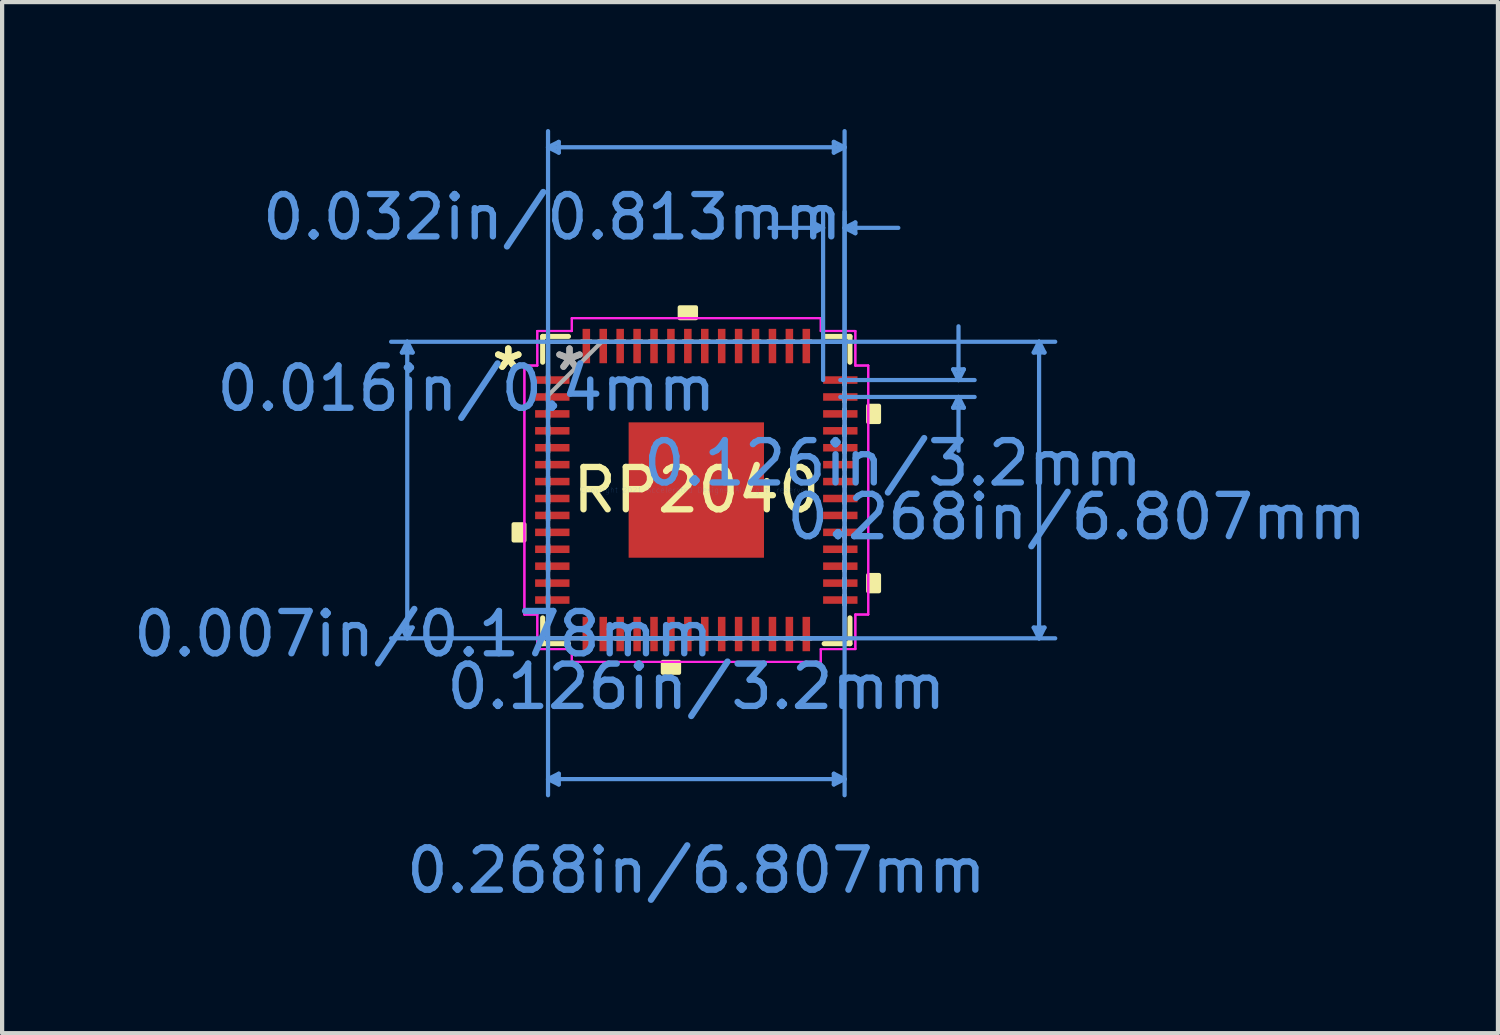
<source format=kicad_pcb>
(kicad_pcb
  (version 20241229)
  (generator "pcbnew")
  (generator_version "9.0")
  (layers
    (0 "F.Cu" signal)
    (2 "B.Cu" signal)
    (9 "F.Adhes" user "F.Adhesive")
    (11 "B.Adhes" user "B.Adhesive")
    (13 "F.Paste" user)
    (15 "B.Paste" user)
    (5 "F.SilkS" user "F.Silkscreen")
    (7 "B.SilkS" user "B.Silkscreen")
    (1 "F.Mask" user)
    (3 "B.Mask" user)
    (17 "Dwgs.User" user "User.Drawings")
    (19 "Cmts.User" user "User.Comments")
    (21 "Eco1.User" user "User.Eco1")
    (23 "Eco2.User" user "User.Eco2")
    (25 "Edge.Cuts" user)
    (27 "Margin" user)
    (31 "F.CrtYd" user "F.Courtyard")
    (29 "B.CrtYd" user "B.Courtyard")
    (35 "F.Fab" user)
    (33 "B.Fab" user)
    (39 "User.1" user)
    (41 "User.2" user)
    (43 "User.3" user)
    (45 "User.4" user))
  (footprint "RP2040"
    (layer "F.Cu")
    (at 13.41 8.534)
    (property "Reference" "RP2040" (at 0 0 0) (layer "F.SilkS") (effects (font (size 1 1) (thickness 0.15))))
    (attr through_hole)
    (fp_line (start -3.632 -3.632) (end -3.632 -3.022) (stroke (width 0.12) (type solid)) (layer "F.SilkS"))
    (fp_line (start -3.632 3.022) (end -3.632 3.632) (stroke (width 0.12) (type solid)) (layer "F.SilkS"))
    (fp_line (start -3.632 3.632) (end -3.022 3.632) (stroke (width 0.12) (type solid)) (layer "F.SilkS"))
    (fp_line (start -3.022 -3.632) (end -3.632 -3.632) (stroke (width 0.12) (type solid)) (layer "F.SilkS"))
    (fp_line (start 3.022 3.632) (end 3.632 3.632) (stroke (width 0.12) (type solid)) (layer "F.SilkS"))
    (fp_line (start 3.632 -3.632) (end 3.022 -3.632) (stroke (width 0.12) (type solid)) (layer "F.SilkS"))
    (fp_line (start 3.632 -3.022) (end 3.632 -3.632) (stroke (width 0.12) (type solid)) (layer "F.SilkS"))
    (fp_line (start 3.632 3.632) (end 3.632 3.022) (stroke (width 0.12) (type solid)) (layer "F.SilkS"))
    (fp_poly (pts (xy -4.318 0.81) (xy -4.318 1.191) (xy -4.064 1.191) (xy -4.064 0.81)) (stroke (width 0.1) (type solid)) (fill yes) (layer "F.SilkS"))
    (fp_poly (pts (xy -0.79 4.064) (xy -0.79 4.318) (xy -0.409 4.318) (xy -0.409 4.064)) (stroke (width 0.1) (type solid)) (fill yes) (layer "F.SilkS"))
    (fp_poly (pts (xy -0.391 -4.064) (xy -0.391 -4.318) (xy -0.009 -4.318) (xy -0.009 -4.064)) (stroke (width 0.1) (type solid)) (fill yes) (layer "F.SilkS"))
    (fp_poly (pts (xy 4.318 -1.99) (xy 4.318 -1.609) (xy 4.064 -1.609) (xy 4.064 -1.99)) (stroke (width 0.1) (type solid)) (fill yes) (layer "F.SilkS"))
    (fp_poly (pts (xy 4.318 2.01) (xy 4.318 2.391) (xy 4.064 2.391) (xy 4.064 2.01)) (stroke (width 0.1) (type solid)) (fill yes) (layer "F.SilkS"))
    (fp_poly (pts (xy -1.5 -1.5) (xy -1.5 -0.1) (xy -0.1 -0.1) (xy -0.1 -1.5)) (stroke (width 0.1) (type solid)) (fill yes) (layer "F.Paste"))
    (fp_poly (pts (xy -1.5 0.1) (xy -1.5 1.5) (xy -0.1 1.5) (xy -0.1 0.1)) (stroke (width 0.1) (type solid)) (fill yes) (layer "F.Paste"))
    (fp_poly (pts (xy 0.1 -1.5) (xy 0.1 -0.1) (xy 1.5 -0.1) (xy 1.5 -1.5)) (stroke (width 0.1) (type solid)) (fill yes) (layer "F.Paste"))
    (fp_poly (pts (xy 0.1 0.1) (xy 0.1 1.5) (xy 1.5 1.5) (xy 1.5 0.1)) (stroke (width 0.1) (type solid)) (fill yes) (layer "F.Paste"))
    (fp_line (start -6.96 -3.251) (end -6.706 -3.251) (stroke (width 0.1) (type solid)) (layer "Cmts.User"))
    (fp_line (start -6.96 3.251) (end -6.706 3.251) (stroke (width 0.1) (type solid)) (layer "Cmts.User"))
    (fp_line (start -6.833 -3.505) (end -6.96 -3.251) (stroke (width 0.1) (type solid)) (layer "Cmts.User"))
    (fp_line (start -6.833 -3.505) (end -6.833 3.505) (stroke (width 0.1) (type solid)) (layer "Cmts.User"))
    (fp_line (start -6.833 -3.505) (end -6.706 -3.251) (stroke (width 0.1) (type solid)) (layer "Cmts.User"))
    (fp_line (start -6.833 3.505) (end -6.96 3.251) (stroke (width 0.1) (type solid)) (layer "Cmts.User"))
    (fp_line (start -6.833 3.505) (end -6.706 3.251) (stroke (width 0.1) (type solid)) (layer "Cmts.User"))
    (fp_line (start -3.505 -8.103) (end -3.251 -8.23) (stroke (width 0.1) (type solid)) (layer "Cmts.User"))
    (fp_line (start -3.505 -8.103) (end -3.251 -7.976) (stroke (width 0.1) (type solid)) (layer "Cmts.User"))
    (fp_line (start -3.505 -8.103) (end 3.505 -8.103) (stroke (width 0.1) (type solid)) (layer "Cmts.User"))
    (fp_line (start -3.505 -3.505) (end -3.505 7.214) (stroke (width 0.1) (type solid)) (layer "Cmts.User"))
    (fp_line (start -3.505 -2.6) (end -3.505 -8.484) (stroke (width 0.1) (type solid)) (layer "Cmts.User"))
    (fp_line (start -3.505 6.833) (end -3.251 6.706) (stroke (width 0.1) (type solid)) (layer "Cmts.User"))
    (fp_line (start -3.505 6.833) (end -3.251 6.96) (stroke (width 0.1) (type solid)) (layer "Cmts.User"))
    (fp_line (start -3.505 6.833) (end 3.505 6.833) (stroke (width 0.1) (type solid)) (layer "Cmts.User"))
    (fp_line (start -3.251 -8.23) (end -3.251 -7.976) (stroke (width 0.1) (type solid)) (layer "Cmts.User"))
    (fp_line (start -3.251 6.706) (end -3.251 6.96) (stroke (width 0.1) (type solid)) (layer "Cmts.User"))
    (fp_line (start 2.6 -3.505) (end 8.484 -3.505) (stroke (width 0.1) (type solid)) (layer "Cmts.User"))
    (fp_line (start 2.6 3.505) (end 8.484 3.505) (stroke (width 0.1) (type solid)) (layer "Cmts.User"))
    (fp_line (start 2.743 -6.325) (end 2.743 -6.071) (stroke (width 0.1) (type solid)) (layer "Cmts.User"))
    (fp_line (start 2.997 -6.198) (end 1.727 -6.198) (stroke (width 0.1) (type solid)) (layer "Cmts.User"))
    (fp_line (start 2.997 -6.198) (end 2.743 -6.325) (stroke (width 0.1) (type solid)) (layer "Cmts.User"))
    (fp_line (start 2.997 -6.198) (end 2.743 -6.071) (stroke (width 0.1) (type solid)) (layer "Cmts.User"))
    (fp_line (start 2.997 -2.6) (end 2.997 -6.579) (stroke (width 0.1) (type solid)) (layer "Cmts.User"))
    (fp_line (start 3.251 -8.23) (end 3.251 -7.976) (stroke (width 0.1) (type solid)) (layer "Cmts.User"))
    (fp_line (start 3.251 6.706) (end 3.251 6.96) (stroke (width 0.1) (type solid)) (layer "Cmts.User"))
    (fp_line (start 3.404 -2.6) (end 6.579 -2.6) (stroke (width 0.1) (type solid)) (layer "Cmts.User"))
    (fp_line (start 3.404 -2.2) (end 6.579 -2.2) (stroke (width 0.1) (type solid)) (layer "Cmts.User"))
    (fp_line (start 3.505 -8.103) (end 3.251 -8.23) (stroke (width 0.1) (type solid)) (layer "Cmts.User"))
    (fp_line (start 3.505 -8.103) (end 3.251 -7.976) (stroke (width 0.1) (type solid)) (layer "Cmts.User"))
    (fp_line (start 3.505 -6.198) (end 3.759 -6.325) (stroke (width 0.1) (type solid)) (layer "Cmts.User"))
    (fp_line (start 3.505 -6.198) (end 3.759 -6.071) (stroke (width 0.1) (type solid)) (layer "Cmts.User"))
    (fp_line (start 3.505 -6.198) (end 4.775 -6.198) (stroke (width 0.1) (type solid)) (layer "Cmts.User"))
    (fp_line (start 3.505 -3.505) (end -7.214 -3.505) (stroke (width 0.1) (type solid)) (layer "Cmts.User"))
    (fp_line (start 3.505 -3.505) (end 3.505 7.214) (stroke (width 0.1) (type solid)) (layer "Cmts.User"))
    (fp_line (start 3.505 -2.6) (end 3.505 -8.484) (stroke (width 0.1) (type solid)) (layer "Cmts.User"))
    (fp_line (start 3.505 -2.6) (end 3.505 -6.579) (stroke (width 0.1) (type solid)) (layer "Cmts.User"))
    (fp_line (start 3.505 3.505) (end -7.214 3.505) (stroke (width 0.1) (type solid)) (layer "Cmts.User"))
    (fp_line (start 3.505 6.833) (end 3.251 6.706) (stroke (width 0.1) (type solid)) (layer "Cmts.User"))
    (fp_line (start 3.505 6.833) (end 3.251 6.96) (stroke (width 0.1) (type solid)) (layer "Cmts.User"))
    (fp_line (start 3.759 -6.325) (end 3.759 -6.071) (stroke (width 0.1) (type solid)) (layer "Cmts.User"))
    (fp_line (start 6.071 -2.854) (end 6.325 -2.854) (stroke (width 0.1) (type solid)) (layer "Cmts.User"))
    (fp_line (start 6.071 -1.946) (end 6.325 -1.946) (stroke (width 0.1) (type solid)) (layer "Cmts.User"))
    (fp_line (start 6.198 -2.6) (end 6.071 -2.854) (stroke (width 0.1) (type solid)) (layer "Cmts.User"))
    (fp_line (start 6.198 -2.6) (end 6.198 -3.87) (stroke (width 0.1) (type solid)) (layer "Cmts.User"))
    (fp_line (start 6.198 -2.6) (end 6.325 -2.854) (stroke (width 0.1) (type solid)) (layer "Cmts.User"))
    (fp_line (start 6.198 -2.2) (end 6.071 -1.946) (stroke (width 0.1) (type solid)) (layer "Cmts.User"))
    (fp_line (start 6.198 -2.2) (end 6.198 -0.93) (stroke (width 0.1) (type solid)) (layer "Cmts.User"))
    (fp_line (start 6.198 -2.2) (end 6.325 -1.946) (stroke (width 0.1) (type solid)) (layer "Cmts.User"))
    (fp_line (start 7.976 -3.251) (end 8.23 -3.251) (stroke (width 0.1) (type solid)) (layer "Cmts.User"))
    (fp_line (start 7.976 3.251) (end 8.23 3.251) (stroke (width 0.1) (type solid)) (layer "Cmts.User"))
    (fp_line (start 8.103 -3.505) (end 7.976 -3.251) (stroke (width 0.1) (type solid)) (layer "Cmts.User"))
    (fp_line (start 8.103 -3.505) (end 8.103 3.505) (stroke (width 0.1) (type solid)) (layer "Cmts.User"))
    (fp_line (start 8.103 -3.505) (end 8.23 -3.251) (stroke (width 0.1) (type solid)) (layer "Cmts.User"))
    (fp_line (start 8.103 3.505) (end 7.976 3.251) (stroke (width 0.1) (type solid)) (layer "Cmts.User"))
    (fp_line (start 8.103 3.505) (end 8.23 3.251) (stroke (width 0.1) (type solid)) (layer "Cmts.User"))
    (fp_line (start -4.064 -2.943) (end -3.759 -2.943) (stroke (width 0.05) (type solid)) (layer "F.CrtYd"))
    (fp_line (start -4.064 -2.943) (end -3.759 -2.943) (stroke (width 0.05) (type solid)) (layer "F.CrtYd"))
    (fp_line (start -4.064 2.943) (end -4.064 -2.943) (stroke (width 0.05) (type solid)) (layer "F.CrtYd"))
    (fp_line (start -4.064 2.943) (end -4.064 -2.943) (stroke (width 0.05) (type solid)) (layer "F.CrtYd"))
    (fp_line (start -3.759 -3.759) (end -2.943 -3.759) (stroke (width 0.05) (type solid)) (layer "F.CrtYd"))
    (fp_line (start -3.759 -3.759) (end -2.943 -3.759) (stroke (width 0.05) (type solid)) (layer "F.CrtYd"))
    (fp_line (start -3.759 -2.943) (end -3.759 -3.759) (stroke (width 0.05) (type solid)) (layer "F.CrtYd"))
    (fp_line (start -3.759 -2.943) (end -3.759 -3.759) (stroke (width 0.05) (type solid)) (layer "F.CrtYd"))
    (fp_line (start -3.759 2.943) (end -4.064 2.943) (stroke (width 0.05) (type solid)) (layer "F.CrtYd"))
    (fp_line (start -3.759 2.943) (end -4.064 2.943) (stroke (width 0.05) (type solid)) (layer "F.CrtYd"))
    (fp_line (start -3.759 3.759) (end -3.759 2.943) (stroke (width 0.05) (type solid)) (layer "F.CrtYd"))
    (fp_line (start -3.759 3.759) (end -3.759 2.943) (stroke (width 0.05) (type solid)) (layer "F.CrtYd"))
    (fp_line (start -2.943 -4.064) (end 2.943 -4.064) (stroke (width 0.05) (type solid)) (layer "F.CrtYd"))
    (fp_line (start -2.943 -4.064) (end 2.943 -4.064) (stroke (width 0.05) (type solid)) (layer "F.CrtYd"))
    (fp_line (start -2.943 -3.759) (end -2.943 -4.064) (stroke (width 0.05) (type solid)) (layer "F.CrtYd"))
    (fp_line (start -2.943 -3.759) (end -2.943 -4.064) (stroke (width 0.05) (type solid)) (layer "F.CrtYd"))
    (fp_line (start -2.943 3.759) (end -3.759 3.759) (stroke (width 0.05) (type solid)) (layer "F.CrtYd"))
    (fp_line (start -2.943 3.759) (end -3.759 3.759) (stroke (width 0.05) (type solid)) (layer "F.CrtYd"))
    (fp_line (start -2.943 4.064) (end -2.943 3.759) (stroke (width 0.05) (type solid)) (layer "F.CrtYd"))
    (fp_line (start -2.943 4.064) (end -2.943 3.759) (stroke (width 0.05) (type solid)) (layer "F.CrtYd"))
    (fp_line (start 2.943 -4.064) (end 2.943 -3.759) (stroke (width 0.05) (type solid)) (layer "F.CrtYd"))
    (fp_line (start 2.943 -4.064) (end 2.943 -3.759) (stroke (width 0.05) (type solid)) (layer "F.CrtYd"))
    (fp_line (start 2.943 -3.759) (end 3.759 -3.759) (stroke (width 0.05) (type solid)) (layer "F.CrtYd"))
    (fp_line (start 2.943 -3.759) (end 3.759 -3.759) (stroke (width 0.05) (type solid)) (layer "F.CrtYd"))
    (fp_line (start 2.943 3.759) (end 2.943 4.064) (stroke (width 0.05) (type solid)) (layer "F.CrtYd"))
    (fp_line (start 2.943 3.759) (end 2.943 4.064) (stroke (width 0.05) (type solid)) (layer "F.CrtYd"))
    (fp_line (start 2.943 4.064) (end -2.943 4.064) (stroke (width 0.05) (type solid)) (layer "F.CrtYd"))
    (fp_line (start 2.943 4.064) (end -2.943 4.064) (stroke (width 0.05) (type solid)) (layer "F.CrtYd"))
    (fp_line (start 3.759 -3.759) (end 3.759 -2.943) (stroke (width 0.05) (type solid)) (layer "F.CrtYd"))
    (fp_line (start 3.759 -3.759) (end 3.759 -2.943) (stroke (width 0.05) (type solid)) (layer "F.CrtYd"))
    (fp_line (start 3.759 -2.943) (end 4.064 -2.943) (stroke (width 0.05) (type solid)) (layer "F.CrtYd"))
    (fp_line (start 3.759 -2.943) (end 4.064 -2.943) (stroke (width 0.05) (type solid)) (layer "F.CrtYd"))
    (fp_line (start 3.759 2.943) (end 3.759 3.759) (stroke (width 0.05) (type solid)) (layer "F.CrtYd"))
    (fp_line (start 3.759 2.943) (end 3.759 3.759) (stroke (width 0.05) (type solid)) (layer "F.CrtYd"))
    (fp_line (start 3.759 3.759) (end 2.943 3.759) (stroke (width 0.05) (type solid)) (layer "F.CrtYd"))
    (fp_line (start 3.759 3.759) (end 2.943 3.759) (stroke (width 0.05) (type solid)) (layer "F.CrtYd"))
    (fp_line (start 4.064 -2.943) (end 4.064 2.943) (stroke (width 0.05) (type solid)) (layer "F.CrtYd"))
    (fp_line (start 4.064 -2.943) (end 4.064 2.943) (stroke (width 0.05) (type solid)) (layer "F.CrtYd"))
    (fp_line (start 4.064 2.943) (end 3.759 2.943) (stroke (width 0.05) (type solid)) (layer "F.CrtYd"))
    (fp_line (start 4.064 2.943) (end 3.759 2.943) (stroke (width 0.05) (type solid)) (layer "F.CrtYd"))
    (fp_line (start -3.505 -3.505) (end -3.505 -3.505) (stroke (width 0.1) (type solid)) (layer "F.Fab"))
    (fp_line (start -3.505 -3.505) (end -3.505 3.505) (stroke (width 0.1) (type solid)) (layer "F.Fab"))
    (fp_line (start -3.505 -2.714) (end -3.505 -2.714) (stroke (width 0.1) (type solid)) (layer "F.Fab"))
    (fp_line (start -3.505 -2.714) (end -3.505 -2.486) (stroke (width 0.1) (type solid)) (layer "F.Fab"))
    (fp_line (start -3.505 -2.486) (end -3.505 -2.714) (stroke (width 0.1) (type solid)) (layer "F.Fab"))
    (fp_line (start -3.505 -2.486) (end -3.505 -2.486) (stroke (width 0.1) (type solid)) (layer "F.Fab"))
    (fp_line (start -3.505 -2.314) (end -3.505 -2.314) (stroke (width 0.1) (type solid)) (layer "F.Fab"))
    (fp_line (start -3.505 -2.314) (end -3.505 -2.086) (stroke (width 0.1) (type solid)) (layer "F.Fab"))
    (fp_line (start -3.505 -2.235) (end -2.235 -3.505) (stroke (width 0.1) (type solid)) (layer "F.Fab"))
    (fp_line (start -3.505 -2.086) (end -3.505 -2.314) (stroke (width 0.1) (type solid)) (layer "F.Fab"))
    (fp_line (start -3.505 -2.086) (end -3.505 -2.086) (stroke (width 0.1) (type solid)) (layer "F.Fab"))
    (fp_line (start -3.505 -1.914) (end -3.505 -1.914) (stroke (width 0.1) (type solid)) (layer "F.Fab"))
    (fp_line (start -3.505 -1.914) (end -3.505 -1.686) (stroke (width 0.1) (type solid)) (layer "F.Fab"))
    (fp_line (start -3.505 -1.686) (end -3.505 -1.914) (stroke (width 0.1) (type solid)) (layer "F.Fab"))
    (fp_line (start -3.505 -1.686) (end -3.505 -1.686) (stroke (width 0.1) (type solid)) (layer "F.Fab"))
    (fp_line (start -3.505 -1.514) (end -3.505 -1.514) (stroke (width 0.1) (type solid)) (layer "F.Fab"))
    (fp_line (start -3.505 -1.514) (end -3.505 -1.286) (stroke (width 0.1) (type solid)) (layer "F.Fab"))
    (fp_line (start -3.505 -1.286) (end -3.505 -1.514) (stroke (width 0.1) (type solid)) (layer "F.Fab"))
    (fp_line (start -3.505 -1.286) (end -3.505 -1.286) (stroke (width 0.1) (type solid)) (layer "F.Fab"))
    (fp_line (start -3.505 -1.114) (end -3.505 -1.114) (stroke (width 0.1) (type solid)) (layer "F.Fab"))
    (fp_line (start -3.505 -1.114) (end -3.505 -0.886) (stroke (width 0.1) (type solid)) (layer "F.Fab"))
    (fp_line (start -3.505 -0.886) (end -3.505 -1.114) (stroke (width 0.1) (type solid)) (layer "F.Fab"))
    (fp_line (start -3.505 -0.886) (end -3.505 -0.886) (stroke (width 0.1) (type solid)) (layer "F.Fab"))
    (fp_line (start -3.505 -0.714) (end -3.505 -0.714) (stroke (width 0.1) (type solid)) (layer "F.Fab"))
    (fp_line (start -3.505 -0.714) (end -3.505 -0.486) (stroke (width 0.1) (type solid)) (layer "F.Fab"))
    (fp_line (start -3.505 -0.486) (end -3.505 -0.714) (stroke (width 0.1) (type solid)) (layer "F.Fab"))
    (fp_line (start -3.505 -0.486) (end -3.505 -0.486) (stroke (width 0.1) (type solid)) (layer "F.Fab"))
    (fp_line (start -3.505 -0.314) (end -3.505 -0.314) (stroke (width 0.1) (type solid)) (layer "F.Fab"))
    (fp_line (start -3.505 -0.314) (end -3.505 -0.086) (stroke (width 0.1) (type solid)) (layer "F.Fab"))
    (fp_line (start -3.505 -0.086) (end -3.505 -0.314) (stroke (width 0.1) (type solid)) (layer "F.Fab"))
    (fp_line (start -3.505 -0.086) (end -3.505 -0.086) (stroke (width 0.1) (type solid)) (layer "F.Fab"))
    (fp_line (start -3.505 0.086) (end -3.505 0.086) (stroke (width 0.1) (type solid)) (layer "F.Fab"))
    (fp_line (start -3.505 0.086) (end -3.505 0.314) (stroke (width 0.1) (type solid)) (layer "F.Fab"))
    (fp_line (start -3.505 0.314) (end -3.505 0.086) (stroke (width 0.1) (type solid)) (layer "F.Fab"))
    (fp_line (start -3.505 0.314) (end -3.505 0.314) (stroke (width 0.1) (type solid)) (layer "F.Fab"))
    (fp_line (start -3.505 0.486) (end -3.505 0.486) (stroke (width 0.1) (type solid)) (layer "F.Fab"))
    (fp_line (start -3.505 0.486) (end -3.505 0.714) (stroke (width 0.1) (type solid)) (layer "F.Fab"))
    (fp_line (start -3.505 0.714) (end -3.505 0.486) (stroke (width 0.1) (type solid)) (layer "F.Fab"))
    (fp_line (start -3.505 0.714) (end -3.505 0.714) (stroke (width 0.1) (type solid)) (layer "F.Fab"))
    (fp_line (start -3.505 0.886) (end -3.505 0.886) (stroke (width 0.1) (type solid)) (layer "F.Fab"))
    (fp_line (start -3.505 0.886) (end -3.505 1.114) (stroke (width 0.1) (type solid)) (layer "F.Fab"))
    (fp_line (start -3.505 1.114) (end -3.505 0.886) (stroke (width 0.1) (type solid)) (layer "F.Fab"))
    (fp_line (start -3.505 1.114) (end -3.505 1.114) (stroke (width 0.1) (type solid)) (layer "F.Fab"))
    (fp_line (start -3.505 1.286) (end -3.505 1.286) (stroke (width 0.1) (type solid)) (layer "F.Fab"))
    (fp_line (start -3.505 1.286) (end -3.505 1.514) (stroke (width 0.1) (type solid)) (layer "F.Fab"))
    (fp_line (start -3.505 1.514) (end -3.505 1.286) (stroke (width 0.1) (type solid)) (layer "F.Fab"))
    (fp_line (start -3.505 1.514) (end -3.505 1.514) (stroke (width 0.1) (type solid)) (layer "F.Fab"))
    (fp_line (start -3.505 1.686) (end -3.505 1.686) (stroke (width 0.1) (type solid)) (layer "F.Fab"))
    (fp_line (start -3.505 1.686) (end -3.505 1.914) (stroke (width 0.1) (type solid)) (layer "F.Fab"))
    (fp_line (start -3.505 1.914) (end -3.505 1.686) (stroke (width 0.1) (type solid)) (layer "F.Fab"))
    (fp_line (start -3.505 1.914) (end -3.505 1.914) (stroke (width 0.1) (type solid)) (layer "F.Fab"))
    (fp_line (start -3.505 2.086) (end -3.505 2.086) (stroke (width 0.1) (type solid)) (layer "F.Fab"))
    (fp_line (start -3.505 2.086) (end -3.505 2.314) (stroke (width 0.1) (type solid)) (layer "F.Fab"))
    (fp_line (start -3.505 2.314) (end -3.505 2.086) (stroke (width 0.1) (type solid)) (layer "F.Fab"))
    (fp_line (start -3.505 2.314) (end -3.505 2.314) (stroke (width 0.1) (type solid)) (layer "F.Fab"))
    (fp_line (start -3.505 2.486) (end -3.505 2.486) (stroke (width 0.1) (type solid)) (layer "F.Fab"))
    (fp_line (start -3.505 2.486) (end -3.505 2.714) (stroke (width 0.1) (type solid)) (layer "F.Fab"))
    (fp_line (start -3.505 2.714) (end -3.505 2.486) (stroke (width 0.1) (type solid)) (layer "F.Fab"))
    (fp_line (start -3.505 2.714) (end -3.505 2.714) (stroke (width 0.1) (type solid)) (layer "F.Fab"))
    (fp_line (start -3.505 3.505) (end -3.505 3.505) (stroke (width 0.1) (type solid)) (layer "F.Fab"))
    (fp_line (start -3.505 3.505) (end 3.505 3.505) (stroke (width 0.1) (type solid)) (layer "F.Fab"))
    (fp_line (start -2.714 -3.505) (end -2.714 -3.505) (stroke (width 0.1) (type solid)) (layer "F.Fab"))
    (fp_line (start -2.714 -3.505) (end -2.486 -3.505) (stroke (width 0.1) (type solid)) (layer "F.Fab"))
    (fp_line (start -2.714 3.505) (end -2.714 3.505) (stroke (width 0.1) (type solid)) (layer "F.Fab"))
    (fp_line (start -2.714 3.505) (end -2.486 3.505) (stroke (width 0.1) (type solid)) (layer "F.Fab"))
    (fp_line (start -2.486 -3.505) (end -2.714 -3.505) (stroke (width 0.1) (type solid)) (layer "F.Fab"))
    (fp_line (start -2.486 -3.505) (end -2.486 -3.505) (stroke (width 0.1) (type solid)) (layer "F.Fab"))
    (fp_line (start -2.486 3.505) (end -2.714 3.505) (stroke (width 0.1) (type solid)) (layer "F.Fab"))
    (fp_line (start -2.486 3.505) (end -2.486 3.505) (stroke (width 0.1) (type solid)) (layer "F.Fab"))
    (fp_line (start -2.314 -3.505) (end -2.314 -3.505) (stroke (width 0.1) (type solid)) (layer "F.Fab"))
    (fp_line (start -2.314 -3.505) (end -2.086 -3.505) (stroke (width 0.1) (type solid)) (layer "F.Fab"))
    (fp_line (start -2.314 3.505) (end -2.314 3.505) (stroke (width 0.1) (type solid)) (layer "F.Fab"))
    (fp_line (start -2.314 3.505) (end -2.086 3.505) (stroke (width 0.1) (type solid)) (layer "F.Fab"))
    (fp_line (start -2.086 -3.505) (end -2.314 -3.505) (stroke (width 0.1) (type solid)) (layer "F.Fab"))
    (fp_line (start -2.086 -3.505) (end -2.086 -3.505) (stroke (width 0.1) (type solid)) (layer "F.Fab"))
    (fp_line (start -2.086 3.505) (end -2.314 3.505) (stroke (width 0.1) (type solid)) (layer "F.Fab"))
    (fp_line (start -2.086 3.505) (end -2.086 3.505) (stroke (width 0.1) (type solid)) (layer "F.Fab"))
    (fp_line (start -1.914 -3.505) (end -1.914 -3.505) (stroke (width 0.1) (type solid)) (layer "F.Fab"))
    (fp_line (start -1.914 -3.505) (end -1.686 -3.505) (stroke (width 0.1) (type solid)) (layer "F.Fab"))
    (fp_line (start -1.914 3.505) (end -1.914 3.505) (stroke (width 0.1) (type solid)) (layer "F.Fab"))
    (fp_line (start -1.914 3.505) (end -1.686 3.505) (stroke (width 0.1) (type solid)) (layer "F.Fab"))
    (fp_line (start -1.686 -3.505) (end -1.914 -3.505) (stroke (width 0.1) (type solid)) (layer "F.Fab"))
    (fp_line (start -1.686 -3.505) (end -1.686 -3.505) (stroke (width 0.1) (type solid)) (layer "F.Fab"))
    (fp_line (start -1.686 3.505) (end -1.914 3.505) (stroke (width 0.1) (type solid)) (layer "F.Fab"))
    (fp_line (start -1.686 3.505) (end -1.686 3.505) (stroke (width 0.1) (type solid)) (layer "F.Fab"))
    (fp_line (start -1.514 -3.505) (end -1.514 -3.505) (stroke (width 0.1) (type solid)) (layer "F.Fab"))
    (fp_line (start -1.514 -3.505) (end -1.286 -3.505) (stroke (width 0.1) (type solid)) (layer "F.Fab"))
    (fp_line (start -1.514 3.505) (end -1.514 3.505) (stroke (width 0.1) (type solid)) (layer "F.Fab"))
    (fp_line (start -1.514 3.505) (end -1.286 3.505) (stroke (width 0.1) (type solid)) (layer "F.Fab"))
    (fp_line (start -1.286 -3.505) (end -1.514 -3.505) (stroke (width 0.1) (type solid)) (layer "F.Fab"))
    (fp_line (start -1.286 -3.505) (end -1.286 -3.505) (stroke (width 0.1) (type solid)) (layer "F.Fab"))
    (fp_line (start -1.286 3.505) (end -1.514 3.505) (stroke (width 0.1) (type solid)) (layer "F.Fab"))
    (fp_line (start -1.286 3.505) (end -1.286 3.505) (stroke (width 0.1) (type solid)) (layer "F.Fab"))
    (fp_line (start -1.114 -3.505) (end -1.114 -3.505) (stroke (width 0.1) (type solid)) (layer "F.Fab"))
    (fp_line (start -1.114 -3.505) (end -0.886 -3.505) (stroke (width 0.1) (type solid)) (layer "F.Fab"))
    (fp_line (start -1.114 3.505) (end -1.114 3.505) (stroke (width 0.1) (type solid)) (layer "F.Fab"))
    (fp_line (start -1.114 3.505) (end -0.886 3.505) (stroke (width 0.1) (type solid)) (layer "F.Fab"))
    (fp_line (start -0.886 -3.505) (end -1.114 -3.505) (stroke (width 0.1) (type solid)) (layer "F.Fab"))
    (fp_line (start -0.886 -3.505) (end -0.886 -3.505) (stroke (width 0.1) (type solid)) (layer "F.Fab"))
    (fp_line (start -0.886 3.505) (end -1.114 3.505) (stroke (width 0.1) (type solid)) (layer "F.Fab"))
    (fp_line (start -0.886 3.505) (end -0.886 3.505) (stroke (width 0.1) (type solid)) (layer "F.Fab"))
    (fp_line (start -0.714 -3.505) (end -0.714 -3.505) (stroke (width 0.1) (type solid)) (layer "F.Fab"))
    (fp_line (start -0.714 -3.505) (end -0.486 -3.505) (stroke (width 0.1) (type solid)) (layer "F.Fab"))
    (fp_line (start -0.714 3.505) (end -0.714 3.505) (stroke (width 0.1) (type solid)) (layer "F.Fab"))
    (fp_line (start -0.714 3.505) (end -0.486 3.505) (stroke (width 0.1) (type solid)) (layer "F.Fab"))
    (fp_line (start -0.486 -3.505) (end -0.714 -3.505) (stroke (width 0.1) (type solid)) (layer "F.Fab"))
    (fp_line (start -0.486 -3.505) (end -0.486 -3.505) (stroke (width 0.1) (type solid)) (layer "F.Fab"))
    (fp_line (start -0.486 3.505) (end -0.714 3.505) (stroke (width 0.1) (type solid)) (layer "F.Fab"))
    (fp_line (start -0.486 3.505) (end -0.486 3.505) (stroke (width 0.1) (type solid)) (layer "F.Fab"))
    (fp_line (start -0.314 -3.505) (end -0.314 -3.505) (stroke (width 0.1) (type solid)) (layer "F.Fab"))
    (fp_line (start -0.314 -3.505) (end -0.086 -3.505) (stroke (width 0.1) (type solid)) (layer "F.Fab"))
    (fp_line (start -0.314 3.505) (end -0.314 3.505) (stroke (width 0.1) (type solid)) (layer "F.Fab"))
    (fp_line (start -0.314 3.505) (end -0.086 3.505) (stroke (width 0.1) (type solid)) (layer "F.Fab"))
    (fp_line (start -0.086 -3.505) (end -0.314 -3.505) (stroke (width 0.1) (type solid)) (layer "F.Fab"))
    (fp_line (start -0.086 -3.505) (end -0.086 -3.505) (stroke (width 0.1) (type solid)) (layer "F.Fab"))
    (fp_line (start -0.086 3.505) (end -0.314 3.505) (stroke (width 0.1) (type solid)) (layer "F.Fab"))
    (fp_line (start -0.086 3.505) (end -0.086 3.505) (stroke (width 0.1) (type solid)) (layer "F.Fab"))
    (fp_line (start 0.086 -3.505) (end 0.086 -3.505) (stroke (width 0.1) (type solid)) (layer "F.Fab"))
    (fp_line (start 0.086 -3.505) (end 0.314 -3.505) (stroke (width 0.1) (type solid)) (layer "F.Fab"))
    (fp_line (start 0.086 3.505) (end 0.086 3.505) (stroke (width 0.1) (type solid)) (layer "F.Fab"))
    (fp_line (start 0.086 3.505) (end 0.314 3.505) (stroke (width 0.1) (type solid)) (layer "F.Fab"))
    (fp_line (start 0.314 -3.505) (end 0.086 -3.505) (stroke (width 0.1) (type solid)) (layer "F.Fab"))
    (fp_line (start 0.314 -3.505) (end 0.314 -3.505) (stroke (width 0.1) (type solid)) (layer "F.Fab"))
    (fp_line (start 0.314 3.505) (end 0.086 3.505) (stroke (width 0.1) (type solid)) (layer "F.Fab"))
    (fp_line (start 0.314 3.505) (end 0.314 3.505) (stroke (width 0.1) (type solid)) (layer "F.Fab"))
    (fp_line (start 0.486 -3.505) (end 0.486 -3.505) (stroke (width 0.1) (type solid)) (layer "F.Fab"))
    (fp_line (start 0.486 -3.505) (end 0.714 -3.505) (stroke (width 0.1) (type solid)) (layer "F.Fab"))
    (fp_line (start 0.486 3.505) (end 0.486 3.505) (stroke (width 0.1) (type solid)) (layer "F.Fab"))
    (fp_line (start 0.486 3.505) (end 0.714 3.505) (stroke (width 0.1) (type solid)) (layer "F.Fab"))
    (fp_line (start 0.714 -3.505) (end 0.486 -3.505) (stroke (width 0.1) (type solid)) (layer "F.Fab"))
    (fp_line (start 0.714 -3.505) (end 0.714 -3.505) (stroke (width 0.1) (type solid)) (layer "F.Fab"))
    (fp_line (start 0.714 3.505) (end 0.486 3.505) (stroke (width 0.1) (type solid)) (layer "F.Fab"))
    (fp_line (start 0.714 3.505) (end 0.714 3.505) (stroke (width 0.1) (type solid)) (layer "F.Fab"))
    (fp_line (start 0.886 -3.505) (end 0.886 -3.505) (stroke (width 0.1) (type solid)) (layer "F.Fab"))
    (fp_line (start 0.886 -3.505) (end 1.114 -3.505) (stroke (width 0.1) (type solid)) (layer "F.Fab"))
    (fp_line (start 0.886 3.505) (end 0.886 3.505) (stroke (width 0.1) (type solid)) (layer "F.Fab"))
    (fp_line (start 0.886 3.505) (end 1.114 3.505) (stroke (width 0.1) (type solid)) (layer "F.Fab"))
    (fp_line (start 1.114 -3.505) (end 0.886 -3.505) (stroke (width 0.1) (type solid)) (layer "F.Fab"))
    (fp_line (start 1.114 -3.505) (end 1.114 -3.505) (stroke (width 0.1) (type solid)) (layer "F.Fab"))
    (fp_line (start 1.114 3.505) (end 0.886 3.505) (stroke (width 0.1) (type solid)) (layer "F.Fab"))
    (fp_line (start 1.114 3.505) (end 1.114 3.505) (stroke (width 0.1) (type solid)) (layer "F.Fab"))
    (fp_line (start 1.286 -3.505) (end 1.286 -3.505) (stroke (width 0.1) (type solid)) (layer "F.Fab"))
    (fp_line (start 1.286 -3.505) (end 1.514 -3.505) (stroke (width 0.1) (type solid)) (layer "F.Fab"))
    (fp_line (start 1.286 3.505) (end 1.286 3.505) (stroke (width 0.1) (type solid)) (layer "F.Fab"))
    (fp_line (start 1.286 3.505) (end 1.514 3.505) (stroke (width 0.1) (type solid)) (layer "F.Fab"))
    (fp_line (start 1.514 -3.505) (end 1.286 -3.505) (stroke (width 0.1) (type solid)) (layer "F.Fab"))
    (fp_line (start 1.514 -3.505) (end 1.514 -3.505) (stroke (width 0.1) (type solid)) (layer "F.Fab"))
    (fp_line (start 1.514 3.505) (end 1.286 3.505) (stroke (width 0.1) (type solid)) (layer "F.Fab"))
    (fp_line (start 1.514 3.505) (end 1.514 3.505) (stroke (width 0.1) (type solid)) (layer "F.Fab"))
    (fp_line (start 1.686 -3.505) (end 1.686 -3.505) (stroke (width 0.1) (type solid)) (layer "F.Fab"))
    (fp_line (start 1.686 -3.505) (end 1.914 -3.505) (stroke (width 0.1) (type solid)) (layer "F.Fab"))
    (fp_line (start 1.686 3.505) (end 1.686 3.505) (stroke (width 0.1) (type solid)) (layer "F.Fab"))
    (fp_line (start 1.686 3.505) (end 1.914 3.505) (stroke (width 0.1) (type solid)) (layer "F.Fab"))
    (fp_line (start 1.914 -3.505) (end 1.686 -3.505) (stroke (width 0.1) (type solid)) (layer "F.Fab"))
    (fp_line (start 1.914 -3.505) (end 1.914 -3.505) (stroke (width 0.1) (type solid)) (layer "F.Fab"))
    (fp_line (start 1.914 3.505) (end 1.686 3.505) (stroke (width 0.1) (type solid)) (layer "F.Fab"))
    (fp_line (start 1.914 3.505) (end 1.914 3.505) (stroke (width 0.1) (type solid)) (layer "F.Fab"))
    (fp_line (start 2.086 -3.505) (end 2.086 -3.505) (stroke (width 0.1) (type solid)) (layer "F.Fab"))
    (fp_line (start 2.086 -3.505) (end 2.314 -3.505) (stroke (width 0.1) (type solid)) (layer "F.Fab"))
    (fp_line (start 2.086 3.505) (end 2.086 3.505) (stroke (width 0.1) (type solid)) (layer "F.Fab"))
    (fp_line (start 2.086 3.505) (end 2.314 3.505) (stroke (width 0.1) (type solid)) (layer "F.Fab"))
    (fp_line (start 2.314 -3.505) (end 2.086 -3.505) (stroke (width 0.1) (type solid)) (layer "F.Fab"))
    (fp_line (start 2.314 -3.505) (end 2.314 -3.505) (stroke (width 0.1) (type solid)) (layer "F.Fab"))
    (fp_line (start 2.314 3.505) (end 2.086 3.505) (stroke (width 0.1) (type solid)) (layer "F.Fab"))
    (fp_line (start 2.314 3.505) (end 2.314 3.505) (stroke (width 0.1) (type solid)) (layer "F.Fab"))
    (fp_line (start 2.486 -3.505) (end 2.486 -3.505) (stroke (width 0.1) (type solid)) (layer "F.Fab"))
    (fp_line (start 2.486 -3.505) (end 2.714 -3.505) (stroke (width 0.1) (type solid)) (layer "F.Fab"))
    (fp_line (start 2.486 3.505) (end 2.486 3.505) (stroke (width 0.1) (type solid)) (layer "F.Fab"))
    (fp_line (start 2.486 3.505) (end 2.714 3.505) (stroke (width 0.1) (type solid)) (layer "F.Fab"))
    (fp_line (start 2.714 -3.505) (end 2.486 -3.505) (stroke (width 0.1) (type solid)) (layer "F.Fab"))
    (fp_line (start 2.714 -3.505) (end 2.714 -3.505) (stroke (width 0.1) (type solid)) (layer "F.Fab"))
    (fp_line (start 2.714 3.505) (end 2.486 3.505) (stroke (width 0.1) (type solid)) (layer "F.Fab"))
    (fp_line (start 2.714 3.505) (end 2.714 3.505) (stroke (width 0.1) (type solid)) (layer "F.Fab"))
    (fp_line (start 3.505 -3.505) (end -3.505 -3.505) (stroke (width 0.1) (type solid)) (layer "F.Fab"))
    (fp_line (start 3.505 -3.505) (end 3.505 -3.505) (stroke (width 0.1) (type solid)) (layer "F.Fab"))
    (fp_line (start 3.505 -2.714) (end 3.505 -2.714) (stroke (width 0.1) (type solid)) (layer "F.Fab"))
    (fp_line (start 3.505 -2.714) (end 3.505 -2.486) (stroke (width 0.1) (type solid)) (layer "F.Fab"))
    (fp_line (start 3.505 -2.486) (end 3.505 -2.714) (stroke (width 0.1) (type solid)) (layer "F.Fab"))
    (fp_line (start 3.505 -2.486) (end 3.505 -2.486) (stroke (width 0.1) (type solid)) (layer "F.Fab"))
    (fp_line (start 3.505 -2.314) (end 3.505 -2.314) (stroke (width 0.1) (type solid)) (layer "F.Fab"))
    (fp_line (start 3.505 -2.314) (end 3.505 -2.086) (stroke (width 0.1) (type solid)) (layer "F.Fab"))
    (fp_line (start 3.505 -2.086) (end 3.505 -2.314) (stroke (width 0.1) (type solid)) (layer "F.Fab"))
    (fp_line (start 3.505 -2.086) (end 3.505 -2.086) (stroke (width 0.1) (type solid)) (layer "F.Fab"))
    (fp_line (start 3.505 -1.914) (end 3.505 -1.914) (stroke (width 0.1) (type solid)) (layer "F.Fab"))
    (fp_line (start 3.505 -1.914) (end 3.505 -1.686) (stroke (width 0.1) (type solid)) (layer "F.Fab"))
    (fp_line (start 3.505 -1.686) (end 3.505 -1.914) (stroke (width 0.1) (type solid)) (layer "F.Fab"))
    (fp_line (start 3.505 -1.686) (end 3.505 -1.686) (stroke (width 0.1) (type solid)) (layer "F.Fab"))
    (fp_line (start 3.505 -1.514) (end 3.505 -1.514) (stroke (width 0.1) (type solid)) (layer "F.Fab"))
    (fp_line (start 3.505 -1.514) (end 3.505 -1.286) (stroke (width 0.1) (type solid)) (layer "F.Fab"))
    (fp_line (start 3.505 -1.286) (end 3.505 -1.514) (stroke (width 0.1) (type solid)) (layer "F.Fab"))
    (fp_line (start 3.505 -1.286) (end 3.505 -1.286) (stroke (width 0.1) (type solid)) (layer "F.Fab"))
    (fp_line (start 3.505 -1.114) (end 3.505 -1.114) (stroke (width 0.1) (type solid)) (layer "F.Fab"))
    (fp_line (start 3.505 -1.114) (end 3.505 -0.886) (stroke (width 0.1) (type solid)) (layer "F.Fab"))
    (fp_line (start 3.505 -0.886) (end 3.505 -1.114) (stroke (width 0.1) (type solid)) (layer "F.Fab"))
    (fp_line (start 3.505 -0.886) (end 3.505 -0.886) (stroke (width 0.1) (type solid)) (layer "F.Fab"))
    (fp_line (start 3.505 -0.714) (end 3.505 -0.714) (stroke (width 0.1) (type solid)) (layer "F.Fab"))
    (fp_line (start 3.505 -0.714) (end 3.505 -0.486) (stroke (width 0.1) (type solid)) (layer "F.Fab"))
    (fp_line (start 3.505 -0.486) (end 3.505 -0.714) (stroke (width 0.1) (type solid)) (layer "F.Fab"))
    (fp_line (start 3.505 -0.486) (end 3.505 -0.486) (stroke (width 0.1) (type solid)) (layer "F.Fab"))
    (fp_line (start 3.505 -0.314) (end 3.505 -0.314) (stroke (width 0.1) (type solid)) (layer "F.Fab"))
    (fp_line (start 3.505 -0.314) (end 3.505 -0.086) (stroke (width 0.1) (type solid)) (layer "F.Fab"))
    (fp_line (start 3.505 -0.086) (end 3.505 -0.314) (stroke (width 0.1) (type solid)) (layer "F.Fab"))
    (fp_line (start 3.505 -0.086) (end 3.505 -0.086) (stroke (width 0.1) (type solid)) (layer "F.Fab"))
    (fp_line (start 3.505 0.086) (end 3.505 0.086) (stroke (width 0.1) (type solid)) (layer "F.Fab"))
    (fp_line (start 3.505 0.086) (end 3.505 0.314) (stroke (width 0.1) (type solid)) (layer "F.Fab"))
    (fp_line (start 3.505 0.314) (end 3.505 0.086) (stroke (width 0.1) (type solid)) (layer "F.Fab"))
    (fp_line (start 3.505 0.314) (end 3.505 0.314) (stroke (width 0.1) (type solid)) (layer "F.Fab"))
    (fp_line (start 3.505 0.486) (end 3.505 0.486) (stroke (width 0.1) (type solid)) (layer "F.Fab"))
    (fp_line (start 3.505 0.486) (end 3.505 0.714) (stroke (width 0.1) (type solid)) (layer "F.Fab"))
    (fp_line (start 3.505 0.714) (end 3.505 0.486) (stroke (width 0.1) (type solid)) (layer "F.Fab"))
    (fp_line (start 3.505 0.714) (end 3.505 0.714) (stroke (width 0.1) (type solid)) (layer "F.Fab"))
    (fp_line (start 3.505 0.886) (end 3.505 0.886) (stroke (width 0.1) (type solid)) (layer "F.Fab"))
    (fp_line (start 3.505 0.886) (end 3.505 1.114) (stroke (width 0.1) (type solid)) (layer "F.Fab"))
    (fp_line (start 3.505 1.114) (end 3.505 0.886) (stroke (width 0.1) (type solid)) (layer "F.Fab"))
    (fp_line (start 3.505 1.114) (end 3.505 1.114) (stroke (width 0.1) (type solid)) (layer "F.Fab"))
    (fp_line (start 3.505 1.286) (end 3.505 1.286) (stroke (width 0.1) (type solid)) (layer "F.Fab"))
    (fp_line (start 3.505 1.286) (end 3.505 1.514) (stroke (width 0.1) (type solid)) (layer "F.Fab"))
    (fp_line (start 3.505 1.514) (end 3.505 1.286) (stroke (width 0.1) (type solid)) (layer "F.Fab"))
    (fp_line (start 3.505 1.514) (end 3.505 1.514) (stroke (width 0.1) (type solid)) (layer "F.Fab"))
    (fp_line (start 3.505 1.686) (end 3.505 1.686) (stroke (width 0.1) (type solid)) (layer "F.Fab"))
    (fp_line (start 3.505 1.686) (end 3.505 1.914) (stroke (width 0.1) (type solid)) (layer "F.Fab"))
    (fp_line (start 3.505 1.914) (end 3.505 1.686) (stroke (width 0.1) (type solid)) (layer "F.Fab"))
    (fp_line (start 3.505 1.914) (end 3.505 1.914) (stroke (width 0.1) (type solid)) (layer "F.Fab"))
    (fp_line (start 3.505 2.086) (end 3.505 2.086) (stroke (width 0.1) (type solid)) (layer "F.Fab"))
    (fp_line (start 3.505 2.086) (end 3.505 2.314) (stroke (width 0.1) (type solid)) (layer "F.Fab"))
    (fp_line (start 3.505 2.314) (end 3.505 2.086) (stroke (width 0.1) (type solid)) (layer "F.Fab"))
    (fp_line (start 3.505 2.314) (end 3.505 2.314) (stroke (width 0.1) (type solid)) (layer "F.Fab"))
    (fp_line (start 3.505 2.486) (end 3.505 2.486) (stroke (width 0.1) (type solid)) (layer "F.Fab"))
    (fp_line (start 3.505 2.486) (end 3.505 2.714) (stroke (width 0.1) (type solid)) (layer "F.Fab"))
    (fp_line (start 3.505 2.714) (end 3.505 2.486) (stroke (width 0.1) (type solid)) (layer "F.Fab"))
    (fp_line (start 3.505 2.714) (end 3.505 2.714) (stroke (width 0.1) (type solid)) (layer "F.Fab"))
    (fp_line (start 3.505 3.505) (end 3.505 -3.505) (stroke (width 0.1) (type solid)) (layer "F.Fab"))
    (fp_line (start 3.505 3.505) (end 3.505 3.505) (stroke (width 0.1) (type solid)) (layer "F.Fab"))
    (fp_text user "*" (at -4.445 -2.8 0) (layer "F.SilkS") (effects (font (size 1 1) (thickness 0.15))))
    (fp_text user "*" (at -4.445 -2.8 0) (layer "F.SilkS") (effects (font (size 1 1) (thickness 0.15))))
    (fp_text user "Copyright 2021 Accelerated Designs. All rights reserved." (at 0 0 0) (layer "Cmts.User") (effects (font (size 0.127 0.127) (thickness 0.002))))
    (fp_text user "0.007in/0.178mm" (at -6.452 3.404 0) (layer "Cmts.User") (effects (font (size 1 1) (thickness 0.15))))
    (fp_text user "0.032in/0.813mm" (at -3.404 -6.452 0) (layer "Cmts.User") (effects (font (size 1 1) (thickness 0.15))))
    (fp_text user "0.268in/6.807mm" (at 0 8.992 0) (layer "Cmts.User") (effects (font (size 1 1) (thickness 0.15))))
    (fp_text user "0.126in/3.2mm" (at 4.648 -0.635 0) (layer "Cmts.User") (effects (font (size 1 1) (thickness 0.15))))
    (fp_text user "0.016in/0.4mm" (at -5.436 -2.4 0) (layer "Cmts.User") (effects (font (size 1 1) (thickness 0.15))))
    (fp_text user "0.268in/6.807mm" (at 8.992 0.635 0) (layer "Cmts.User") (effects (font (size 1 1) (thickness 0.15))))
    (fp_text user "0.126in/3.2mm" (at 0 4.648 0) (layer "Cmts.User") (effects (font (size 1 1) (thickness 0.15))))
    (fp_text user "*" (at -2.997 -2.8 0) (layer "F.Fab") (effects (font (size 1 1) (thickness 0.15))))
    (fp_text user "*" (at -2.997 -2.8 0) (layer "F.Fab") (effects (font (size 1 1) (thickness 0.15))))
    (pad "1" smd rect (at -3.404 -2.6 90) (size 0.178 0.813) (layers "F.Cu" "F.Mask" "F.Paste"))
    (pad "2" smd rect (at -3.404 -2.2 90) (size 0.178 0.813) (layers "F.Cu" "F.Mask" "F.Paste"))
    (pad "3" smd rect (at -3.404 -1.8 90) (size 0.178 0.813) (layers "F.Cu" "F.Mask" "F.Paste"))
    (pad "4" smd rect (at -3.404 -1.4 90) (size 0.178 0.813) (layers "F.Cu" "F.Mask" "F.Paste"))
    (pad "5" smd rect (at -3.404 -1 90) (size 0.178 0.813) (layers "F.Cu" "F.Mask" "F.Paste"))
    (pad "6" smd rect (at -3.404 -0.6 90) (size 0.178 0.813) (layers "F.Cu" "F.Mask" "F.Paste"))
    (pad "7" smd rect (at -3.404 -0.2 90) (size 0.178 0.813) (layers "F.Cu" "F.Mask" "F.Paste"))
    (pad "8" smd rect (at -3.404 0.2 90) (size 0.178 0.813) (layers "F.Cu" "F.Mask" "F.Paste"))
    (pad "9" smd rect (at -3.404 0.6 90) (size 0.178 0.813) (layers "F.Cu" "F.Mask" "F.Paste"))
    (pad "10" smd rect (at -3.404 1 90) (size 0.178 0.813) (layers "F.Cu" "F.Mask" "F.Paste"))
    (pad "11" smd rect (at -3.404 1.4 90) (size 0.178 0.813) (layers "F.Cu" "F.Mask" "F.Paste"))
    (pad "12" smd rect (at -3.404 1.8 90) (size 0.178 0.813) (layers "F.Cu" "F.Mask" "F.Paste"))
    (pad "13" smd rect (at -3.404 2.2 90) (size 0.178 0.813) (layers "F.Cu" "F.Mask" "F.Paste"))
    (pad "14" smd rect (at -3.404 2.6 90) (size 0.178 0.813) (layers "F.Cu" "F.Mask" "F.Paste"))
    (pad "15" smd rect (at -2.6 3.404) (size 0.178 0.813) (layers "F.Cu" "F.Mask" "F.Paste"))
    (pad "16" smd rect (at -2.2 3.404) (size 0.178 0.813) (layers "F.Cu" "F.Mask" "F.Paste"))
    (pad "17" smd rect (at -1.8 3.404) (size 0.178 0.813) (layers "F.Cu" "F.Mask" "F.Paste"))
    (pad "18" smd rect (at -1.4 3.404) (size 0.178 0.813) (layers "F.Cu" "F.Mask" "F.Paste"))
    (pad "19" smd rect (at -1 3.404) (size 0.178 0.813) (layers "F.Cu" "F.Mask" "F.Paste"))
    (pad "20" smd rect (at -0.6 3.404) (size 0.178 0.813) (layers "F.Cu" "F.Mask" "F.Paste"))
    (pad "21" smd rect (at -0.2 3.404) (size 0.178 0.813) (layers "F.Cu" "F.Mask" "F.Paste"))
    (pad "22" smd rect (at 0.2 3.404) (size 0.178 0.813) (layers "F.Cu" "F.Mask" "F.Paste"))
    (pad "23" smd rect (at 0.6 3.404) (size 0.178 0.813) (layers "F.Cu" "F.Mask" "F.Paste"))
    (pad "24" smd rect (at 1 3.404) (size 0.178 0.813) (layers "F.Cu" "F.Mask" "F.Paste"))
    (pad "25" smd rect (at 1.4 3.404) (size 0.178 0.813) (layers "F.Cu" "F.Mask" "F.Paste"))
    (pad "26" smd rect (at 1.8 3.404) (size 0.178 0.813) (layers "F.Cu" "F.Mask" "F.Paste"))
    (pad "27" smd rect (at 2.2 3.404) (size 0.178 0.813) (layers "F.Cu" "F.Mask" "F.Paste"))
    (pad "28" smd rect (at 2.6 3.404) (size 0.178 0.813) (layers "F.Cu" "F.Mask" "F.Paste"))
    (pad "29" smd rect (at 3.404 2.6 90) (size 0.178 0.813) (layers "F.Cu" "F.Mask" "F.Paste"))
    (pad "30" smd rect (at 3.404 2.2 90) (size 0.178 0.813) (layers "F.Cu" "F.Mask" "F.Paste"))
    (pad "31" smd rect (at 3.404 1.8 90) (size 0.178 0.813) (layers "F.Cu" "F.Mask" "F.Paste"))
    (pad "32" smd rect (at 3.404 1.4 90) (size 0.178 0.813) (layers "F.Cu" "F.Mask" "F.Paste"))
    (pad "33" smd rect (at 3.404 1 90) (size 0.178 0.813) (layers "F.Cu" "F.Mask" "F.Paste"))
    (pad "34" smd rect (at 3.404 0.6 90) (size 0.178 0.813) (layers "F.Cu" "F.Mask" "F.Paste"))
    (pad "35" smd rect (at 3.404 0.2 90) (size 0.178 0.813) (layers "F.Cu" "F.Mask" "F.Paste"))
    (pad "36" smd rect (at 3.404 -0.2 90) (size 0.178 0.813) (layers "F.Cu" "F.Mask" "F.Paste"))
    (pad "37" smd rect (at 3.404 -0.6 90) (size 0.178 0.813) (layers "F.Cu" "F.Mask" "F.Paste"))
    (pad "38" smd rect (at 3.404 -1 90) (size 0.178 0.813) (layers "F.Cu" "F.Mask" "F.Paste"))
    (pad "39" smd rect (at 3.404 -1.4 90) (size 0.178 0.813) (layers "F.Cu" "F.Mask" "F.Paste"))
    (pad "40" smd rect (at 3.404 -1.8 90) (size 0.178 0.813) (layers "F.Cu" "F.Mask" "F.Paste"))
    (pad "41" smd rect (at 3.404 -2.2 90) (size 0.178 0.813) (layers "F.Cu" "F.Mask" "F.Paste"))
    (pad "42" smd rect (at 3.404 -2.6 90) (size 0.178 0.813) (layers "F.Cu" "F.Mask" "F.Paste"))
    (pad "43" smd rect (at 2.6 -3.404) (size 0.178 0.813) (layers "F.Cu" "F.Mask" "F.Paste"))
    (pad "44" smd rect (at 2.2 -3.404) (size 0.178 0.813) (layers "F.Cu" "F.Mask" "F.Paste"))
    (pad "45" smd rect (at 1.8 -3.404) (size 0.178 0.813) (layers "F.Cu" "F.Mask" "F.Paste"))
    (pad "46" smd rect (at 1.4 -3.404) (size 0.178 0.813) (layers "F.Cu" "F.Mask" "F.Paste"))
    (pad "47" smd rect (at 1 -3.404) (size 0.178 0.813) (layers "F.Cu" "F.Mask" "F.Paste"))
    (pad "48" smd rect (at 0.6 -3.404) (size 0.178 0.813) (layers "F.Cu" "F.Mask" "F.Paste"))
    (pad "49" smd rect (at 0.2 -3.404) (size 0.178 0.813) (layers "F.Cu" "F.Mask" "F.Paste"))
    (pad "50" smd rect (at -0.2 -3.404) (size 0.178 0.813) (layers "F.Cu" "F.Mask" "F.Paste"))
    (pad "51" smd rect (at -0.6 -3.404) (size 0.178 0.813) (layers "F.Cu" "F.Mask" "F.Paste"))
    (pad "52" smd rect (at -1 -3.404) (size 0.178 0.813) (layers "F.Cu" "F.Mask" "F.Paste"))
    (pad "53" smd rect (at -1.4 -3.404) (size 0.178 0.813) (layers "F.Cu" "F.Mask" "F.Paste"))
    (pad "54" smd rect (at -1.8 -3.404) (size 0.178 0.813) (layers "F.Cu" "F.Mask" "F.Paste"))
    (pad "55" smd rect (at -2.2 -3.404) (size 0.178 0.813) (layers "F.Cu" "F.Mask" "F.Paste"))
    (pad "56" smd rect (at -2.6 -3.404) (size 0.178 0.813) (layers "F.Cu" "F.Mask" "F.Paste"))
    (pad "57" smd rect (at 0 0) (size 3.2 3.2) (layers "F.Cu" "F.Mask")))
  (gr_rect
    (start -3 -3)
    (end 32.36 21.373)
    (stroke (width 0.1) (type default))
    (fill no)
    (layer "Edge.Cuts")))
</source>
